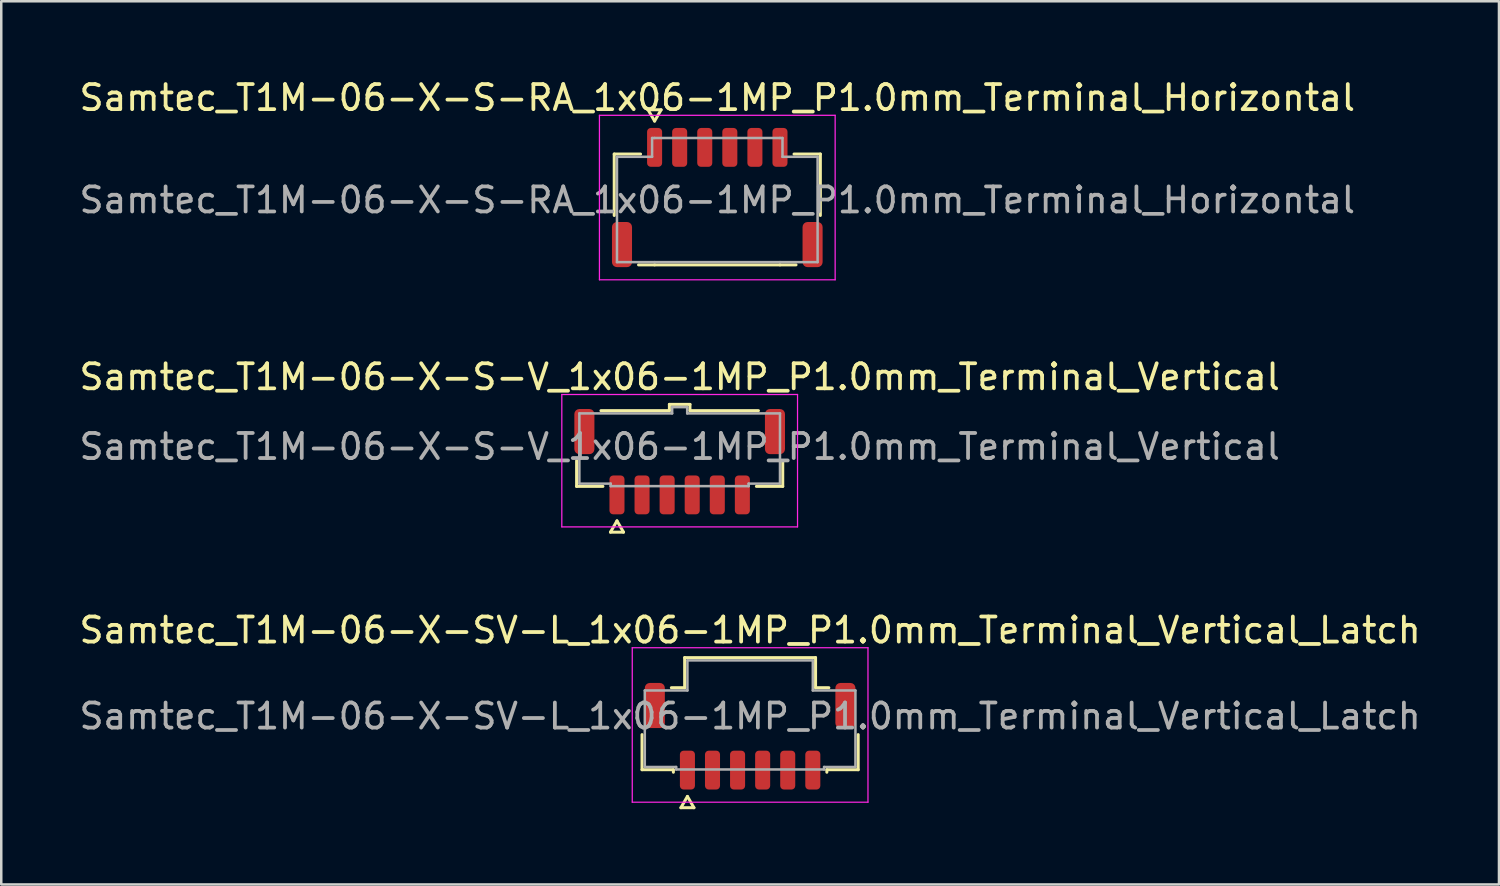
<source format=kicad_pcb>
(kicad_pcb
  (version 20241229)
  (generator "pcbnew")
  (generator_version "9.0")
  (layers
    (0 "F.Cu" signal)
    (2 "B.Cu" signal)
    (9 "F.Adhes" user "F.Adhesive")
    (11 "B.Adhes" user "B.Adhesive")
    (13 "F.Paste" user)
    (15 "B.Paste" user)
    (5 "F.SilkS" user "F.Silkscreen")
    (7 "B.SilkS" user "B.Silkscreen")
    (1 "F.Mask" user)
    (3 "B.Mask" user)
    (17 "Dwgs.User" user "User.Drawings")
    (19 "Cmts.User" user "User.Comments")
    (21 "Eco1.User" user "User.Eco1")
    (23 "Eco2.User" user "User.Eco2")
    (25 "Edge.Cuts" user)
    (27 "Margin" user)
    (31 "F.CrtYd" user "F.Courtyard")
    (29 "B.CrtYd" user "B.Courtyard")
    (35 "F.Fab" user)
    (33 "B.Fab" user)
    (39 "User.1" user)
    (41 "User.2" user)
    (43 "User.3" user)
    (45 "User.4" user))
  (footprint "Samtec_T1M-06-X-S-RA_1x06-1MP_P1.0mm_Terminal_Horizontal"
    (layer "F.Cu")
    (at 25.554 4.928)
    (property "Reference" "Samtec_T1M-06-X-S-RA_1x06-1MP_P1.0mm_Terminal_Horizontal" (at 0 -4.08 0) (layer "F.SilkS") (effects (font (size 1 1) (thickness 0.15))))
    (attr smd)
    (fp_line (start -4.11 -1.835) (end -3.06 -1.835) (stroke (width 0.12) (type solid)) (layer "F.SilkS"))
    (fp_line (start -4.11 0.615) (end -4.11 -1.835) (stroke (width 0.12) (type solid)) (layer "F.SilkS"))
    (fp_line (start -2.76 -3.6) (end -2.5 -3.15) (stroke (width 0.12) (type solid)) (layer "F.SilkS"))
    (fp_line (start -2.5 -3.15) (end -2.24 -3.6) (stroke (width 0.12) (type solid)) (layer "F.SilkS"))
    (fp_line (start -2.5 2.585) (end -3.14 2.585) (stroke (width 0.12) (type solid)) (layer "F.SilkS"))
    (fp_line (start -2.24 -3.6) (end -2.76 -3.6) (stroke (width 0.12) (type solid)) (layer "F.SilkS"))
    (fp_line (start 2.5 2.585) (end -2.5 2.585) (stroke (width 0.12) (type solid)) (layer "F.SilkS"))
    (fp_line (start 3.06 -1.835) (end 4.11 -1.835) (stroke (width 0.12) (type solid)) (layer "F.SilkS"))
    (fp_line (start 3.14 2.585) (end 2.5 2.585) (stroke (width 0.12) (type solid)) (layer "F.SilkS"))
    (fp_line (start 4.11 -1.835) (end 4.11 0.615) (stroke (width 0.12) (type solid)) (layer "F.SilkS"))
    (fp_line (start -4.7 -3.38) (end -4.7 3.18) (stroke (width 0.05) (type solid)) (layer "F.CrtYd"))
    (fp_line (start -4.7 3.18) (end 4.7 3.18) (stroke (width 0.05) (type solid)) (layer "F.CrtYd"))
    (fp_line (start 4.7 -3.38) (end -4.7 -3.38) (stroke (width 0.05) (type solid)) (layer "F.CrtYd"))
    (fp_line (start 4.7 3.18) (end 4.7 -3.38) (stroke (width 0.05) (type solid)) (layer "F.CrtYd"))
    (fp_line (start -4 -1.725) (end -2.6 -1.725) (stroke (width 0.1) (type solid)) (layer "F.Fab"))
    (fp_line (start -4 2.475) (end -4 -1.725) (stroke (width 0.1) (type solid)) (layer "F.Fab"))
    (fp_line (start -2.6 -2.475) (end -2.5 -2.475) (stroke (width 0.1) (type solid)) (layer "F.Fab"))
    (fp_line (start -2.6 -1.725) (end -2.6 -2.475) (stroke (width 0.1) (type solid)) (layer "F.Fab"))
    (fp_line (start -2.5 -2.475) (end 2.5 -2.475) (stroke (width 0.1) (type solid)) (layer "F.Fab"))
    (fp_line (start -2.5 2.475) (end -4 2.475) (stroke (width 0.1) (type solid)) (layer "F.Fab"))
    (fp_line (start 2.5 -2.475) (end 2.6 -2.475) (stroke (width 0.1) (type solid)) (layer "F.Fab"))
    (fp_line (start 2.5 2.475) (end -2.5 2.475) (stroke (width 0.1) (type solid)) (layer "F.Fab"))
    (fp_line (start 2.6 -2.475) (end 2.6 -1.725) (stroke (width 0.1) (type solid)) (layer "F.Fab"))
    (fp_line (start 2.6 -1.725) (end 4 -1.725) (stroke (width 0.1) (type solid)) (layer "F.Fab"))
    (fp_line (start 4 -1.725) (end 4 2.475) (stroke (width 0.1) (type solid)) (layer "F.Fab"))
    (fp_line (start 4 2.475) (end 2.5 2.475) (stroke (width 0.1) (type solid)) (layer "F.Fab"))
    (fp_text user "${REFERENCE}" (at 0 0 0) (layer "F.Fab") (effects (font (size 1 1) (thickness 0.15))))
    (pad "1" smd roundrect (at -2.5 -2.1) (size 0.6 1.55) (layers "F.Cu" "F.Mask" "F.Paste") (roundrect_rratio 0.25))
    (pad "2" smd roundrect (at -1.5 -2.1) (size 0.6 1.55) (layers "F.Cu" "F.Mask" "F.Paste") (roundrect_rratio 0.25))
    (pad "3" smd roundrect (at -0.5 -2.1) (size 0.6 1.55) (layers "F.Cu" "F.Mask" "F.Paste") (roundrect_rratio 0.25))
    (pad "4" smd roundrect (at 0.5 -2.1) (size 0.6 1.55) (layers "F.Cu" "F.Mask" "F.Paste") (roundrect_rratio 0.25))
    (pad "5" smd roundrect (at 1.5 -2.1) (size 0.6 1.55) (layers "F.Cu" "F.Mask" "F.Paste") (roundrect_rratio 0.25))
    (pad "6" smd roundrect (at 2.5 -2.1) (size 0.6 1.55) (layers "F.Cu" "F.Mask" "F.Paste") (roundrect_rratio 0.25))
    (pad "MP" smd roundrect (at -3.8 1.775) (size 0.8 1.8) (layers "F.Cu" "F.Mask" "F.Paste") (roundrect_rratio 0.25))
    (pad "MP" smd roundrect (at 3.8 1.775) (size 0.8 1.8) (layers "F.Cu" "F.Mask" "F.Paste") (roundrect_rratio 0.25)))
  (footprint "Samtec_T1M-06-X-SV-L_1x06-1MP_P1.0mm_Terminal_Vertical_Latch"
    (layer "F.Cu")
    (at 26.863 25.51)
    (property "Reference" "Samtec_T1M-06-X-SV-L_1x06-1MP_P1.0mm_Terminal_Vertical_Latch" (at 0 -3.43 0) (layer "F.SilkS") (effects (font (size 1 1) (thickness 0.15))))
    (attr smd)
    (fp_line (start -4.31 2.135) (end -4.31 0.735) (stroke (width 0.12) (type solid)) (layer "F.SilkS"))
    (fp_line (start -3.14 -1.135) (end -2.61 -1.135) (stroke (width 0.12) (type solid)) (layer "F.SilkS"))
    (fp_line (start -3.06 2.135) (end -4.31 2.135) (stroke (width 0.12) (type solid)) (layer "F.SilkS"))
    (fp_line (start -3.06 2.235) (end -3.06 2.135) (stroke (width 0.12) (type solid)) (layer "F.SilkS"))
    (fp_line (start -2.76 3.65) (end -2.5 3.2) (stroke (width 0.12) (type solid)) (layer "F.SilkS"))
    (fp_line (start -2.61 -2.335) (end 2.61 -2.335) (stroke (width 0.12) (type solid)) (layer "F.SilkS"))
    (fp_line (start -2.61 -1.135) (end -2.61 -2.335) (stroke (width 0.12) (type solid)) (layer "F.SilkS"))
    (fp_line (start -2.5 3.2) (end -2.24 3.65) (stroke (width 0.12) (type solid)) (layer "F.SilkS"))
    (fp_line (start -2.24 3.65) (end -2.76 3.65) (stroke (width 0.12) (type solid)) (layer "F.SilkS"))
    (fp_line (start 2.61 -2.335) (end 2.61 -1.135) (stroke (width 0.12) (type solid)) (layer "F.SilkS"))
    (fp_line (start 2.61 -1.135) (end 3.14 -1.135) (stroke (width 0.12) (type solid)) (layer "F.SilkS"))
    (fp_line (start 3.06 2.135) (end 3.06 2.235) (stroke (width 0.12) (type solid)) (layer "F.SilkS"))
    (fp_line (start 4.31 0.735) (end 4.31 2.135) (stroke (width 0.12) (type solid)) (layer "F.SilkS"))
    (fp_line (start 4.31 2.135) (end 3.06 2.135) (stroke (width 0.12) (type solid)) (layer "F.SilkS"))
    (fp_line (start -4.7 -2.73) (end -4.7 3.43) (stroke (width 0.05) (type solid)) (layer "F.CrtYd"))
    (fp_line (start -4.7 3.43) (end 4.7 3.43) (stroke (width 0.05) (type solid)) (layer "F.CrtYd"))
    (fp_line (start 4.7 -2.73) (end -4.7 -2.73) (stroke (width 0.05) (type solid)) (layer "F.CrtYd"))
    (fp_line (start 4.7 3.43) (end 4.7 -2.73) (stroke (width 0.05) (type solid)) (layer "F.CrtYd"))
    (fp_line (start -4.2 -1.025) (end -2.5 -1.025) (stroke (width 0.1) (type solid)) (layer "F.Fab"))
    (fp_line (start -4.2 2.025) (end -4.2 -1.025) (stroke (width 0.1) (type solid)) (layer "F.Fab"))
    (fp_line (start -2.95 2.025) (end -4.2 2.025) (stroke (width 0.1) (type solid)) (layer "F.Fab"))
    (fp_line (start -2.95 2.125) (end -2.95 2.025) (stroke (width 0.1) (type solid)) (layer "F.Fab"))
    (fp_line (start -2.5 -2.225) (end 2.5 -2.225) (stroke (width 0.1) (type solid)) (layer "F.Fab"))
    (fp_line (start -2.5 -1.025) (end -2.5 -2.225) (stroke (width 0.1) (type solid)) (layer "F.Fab"))
    (fp_line (start 2.5 -2.225) (end 2.5 -1.025) (stroke (width 0.1) (type solid)) (layer "F.Fab"))
    (fp_line (start 2.5 -1.025) (end 4.2 -1.025) (stroke (width 0.1) (type solid)) (layer "F.Fab"))
    (fp_line (start 2.95 2.025) (end 2.95 2.125) (stroke (width 0.1) (type solid)) (layer "F.Fab"))
    (fp_line (start 2.95 2.125) (end -2.95 2.125) (stroke (width 0.1) (type solid)) (layer "F.Fab"))
    (fp_line (start 4.2 -1.025) (end 4.2 2.025) (stroke (width 0.1) (type solid)) (layer "F.Fab"))
    (fp_line (start 4.2 2.025) (end 2.95 2.025) (stroke (width 0.1) (type solid)) (layer "F.Fab"))
    (fp_text user "${REFERENCE}" (at 0 0 0) (layer "F.Fab") (effects (font (size 1 1) (thickness 0.15))))
    (pad "1" smd roundrect (at -2.5 2.15) (size 0.6 1.55) (layers "F.Cu" "F.Mask" "F.Paste") (roundrect_rratio 0.25))
    (pad "2" smd roundrect (at -1.5 2.15) (size 0.6 1.55) (layers "F.Cu" "F.Mask" "F.Paste") (roundrect_rratio 0.25))
    (pad "3" smd roundrect (at -0.5 2.15) (size 0.6 1.55) (layers "F.Cu" "F.Mask" "F.Paste") (roundrect_rratio 0.25))
    (pad "4" smd roundrect (at 0.5 2.15) (size 0.6 1.55) (layers "F.Cu" "F.Mask" "F.Paste") (roundrect_rratio 0.25))
    (pad "5" smd roundrect (at 1.5 2.15) (size 0.6 1.55) (layers "F.Cu" "F.Mask" "F.Paste") (roundrect_rratio 0.25))
    (pad "6" smd roundrect (at 2.5 2.15) (size 0.6 1.55) (layers "F.Cu" "F.Mask" "F.Paste") (roundrect_rratio 0.25))
    (pad "MP" smd roundrect (at -3.8 -0.425) (size 0.8 1.8) (layers "F.Cu" "F.Mask" "F.Paste") (roundrect_rratio 0.25))
    (pad "MP" smd roundrect (at 3.8 -0.425) (size 0.8 1.8) (layers "F.Cu" "F.Mask" "F.Paste") (roundrect_rratio 0.25)))
  (footprint "Samtec_T1M-06-X-S-V_1x06-1MP_P1.0mm_Terminal_Vertical"
    (layer "F.Cu")
    (at 24.054 14.761)
    (property "Reference" "Samtec_T1M-06-X-S-V_1x06-1MP_P1.0mm_Terminal_Vertical" (at 0 -2.78 0) (layer "F.SilkS") (effects (font (size 1 1) (thickness 0.15))))
    (attr smd)
    (fp_line (start -4.11 1.585) (end -4.11 0.56) (stroke (width 0.12) (type solid)) (layer "F.SilkS"))
    (fp_line (start -3.14 -1.435) (end -0.41 -1.435) (stroke (width 0.12) (type solid)) (layer "F.SilkS"))
    (fp_line (start -3.06 1.585) (end -4.11 1.585) (stroke (width 0.12) (type solid)) (layer "F.SilkS"))
    (fp_line (start -2.76 3.41) (end -2.5 2.96) (stroke (width 0.12) (type solid)) (layer "F.SilkS"))
    (fp_line (start -2.5 2.96) (end -2.24 3.41) (stroke (width 0.12) (type solid)) (layer "F.SilkS"))
    (fp_line (start -2.24 3.41) (end -2.76 3.41) (stroke (width 0.12) (type solid)) (layer "F.SilkS"))
    (fp_line (start -0.41 -1.685) (end 0.41 -1.685) (stroke (width 0.12) (type solid)) (layer "F.SilkS"))
    (fp_line (start -0.41 -1.435) (end -0.41 -1.685) (stroke (width 0.12) (type solid)) (layer "F.SilkS"))
    (fp_line (start 0.41 -1.685) (end 0.41 -1.435) (stroke (width 0.12) (type solid)) (layer "F.SilkS"))
    (fp_line (start 0.41 -1.435) (end 3.14 -1.435) (stroke (width 0.12) (type solid)) (layer "F.SilkS"))
    (fp_line (start 4.11 0.56) (end 4.11 1.585) (stroke (width 0.12) (type solid)) (layer "F.SilkS"))
    (fp_line (start 4.11 1.585) (end 3.06 1.585) (stroke (width 0.12) (type solid)) (layer "F.SilkS"))
    (fp_line (start -4.7 -2.08) (end -4.7 3.2) (stroke (width 0.05) (type solid)) (layer "F.CrtYd"))
    (fp_line (start -4.7 3.2) (end 4.7 3.2) (stroke (width 0.05) (type solid)) (layer "F.CrtYd"))
    (fp_line (start 4.7 -2.08) (end -4.7 -2.08) (stroke (width 0.05) (type solid)) (layer "F.CrtYd"))
    (fp_line (start 4.7 3.2) (end 4.7 -2.08) (stroke (width 0.05) (type solid)) (layer "F.CrtYd"))
    (fp_line (start -4 -1.325) (end -0.3 -1.325) (stroke (width 0.1) (type solid)) (layer "F.Fab"))
    (fp_line (start -4 1.475) (end -4 -1.325) (stroke (width 0.1) (type solid)) (layer "F.Fab"))
    (fp_line (start -2.75 1.475) (end -4 1.475) (stroke (width 0.1) (type solid)) (layer "F.Fab"))
    (fp_line (start -2.75 1.575) (end -2.75 1.475) (stroke (width 0.1) (type solid)) (layer "F.Fab"))
    (fp_line (start -0.3 -1.575) (end 0.3 -1.575) (stroke (width 0.1) (type solid)) (layer "F.Fab"))
    (fp_line (start -0.3 -1.325) (end -0.3 -1.575) (stroke (width 0.1) (type solid)) (layer "F.Fab"))
    (fp_line (start 0.3 -1.575) (end 0.3 -1.325) (stroke (width 0.1) (type solid)) (layer "F.Fab"))
    (fp_line (start 0.3 -1.325) (end 4 -1.325) (stroke (width 0.1) (type solid)) (layer "F.Fab"))
    (fp_line (start 2.75 1.475) (end 2.75 1.575) (stroke (width 0.1) (type solid)) (layer "F.Fab"))
    (fp_line (start 2.75 1.575) (end -2.75 1.575) (stroke (width 0.1) (type solid)) (layer "F.Fab"))
    (fp_line (start 4 -1.325) (end 4 1.475) (stroke (width 0.1) (type solid)) (layer "F.Fab"))
    (fp_line (start 4 1.475) (end 2.75 1.475) (stroke (width 0.1) (type solid)) (layer "F.Fab"))
    (fp_text user "${REFERENCE}" (at 0 0 0) (layer "F.Fab") (effects (font (size 1 1) (thickness 0.15))))
    (pad "1" smd roundrect (at -2.5 1.925) (size 0.6 1.55) (layers "F.Cu" "F.Mask" "F.Paste") (roundrect_rratio 0.25))
    (pad "2" smd roundrect (at -1.5 1.925) (size 0.6 1.55) (layers "F.Cu" "F.Mask" "F.Paste") (roundrect_rratio 0.25))
    (pad "3" smd roundrect (at -0.5 1.925) (size 0.6 1.55) (layers "F.Cu" "F.Mask" "F.Paste") (roundrect_rratio 0.25))
    (pad "4" smd roundrect (at 0.5 1.925) (size 0.6 1.55) (layers "F.Cu" "F.Mask" "F.Paste") (roundrect_rratio 0.25))
    (pad "5" smd roundrect (at 1.5 1.925) (size 0.6 1.55) (layers "F.Cu" "F.Mask" "F.Paste") (roundrect_rratio 0.25))
    (pad "6" smd roundrect (at 2.5 1.925) (size 0.6 1.55) (layers "F.Cu" "F.Mask" "F.Paste") (roundrect_rratio 0.25))
    (pad "MP" smd roundrect (at -3.8 -0.6) (size 0.8 1.8) (layers "F.Cu" "F.Mask" "F.Paste") (roundrect_rratio 0.25))
    (pad "MP" smd roundrect (at 3.8 -0.6) (size 0.8 1.8) (layers "F.Cu" "F.Mask" "F.Paste") (roundrect_rratio 0.25)))
  (gr_rect
    (start -3 -3)
    (end 56.726 32.22)
    (stroke (width 0.1) (type default))
    (fill no)
    (layer "Edge.Cuts")))
</source>
